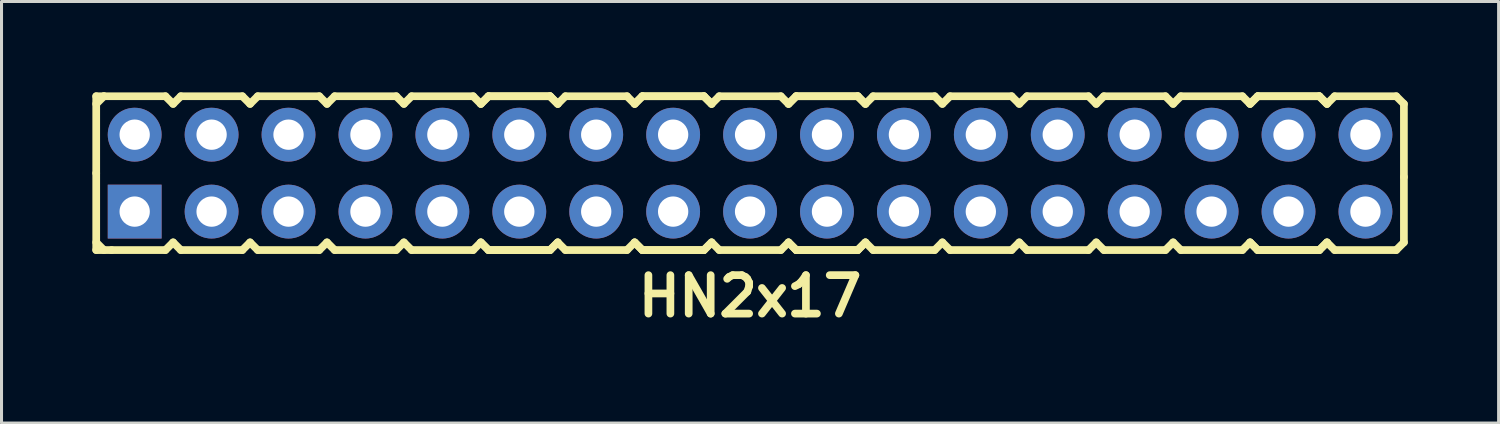
<source format=kicad_pcb>
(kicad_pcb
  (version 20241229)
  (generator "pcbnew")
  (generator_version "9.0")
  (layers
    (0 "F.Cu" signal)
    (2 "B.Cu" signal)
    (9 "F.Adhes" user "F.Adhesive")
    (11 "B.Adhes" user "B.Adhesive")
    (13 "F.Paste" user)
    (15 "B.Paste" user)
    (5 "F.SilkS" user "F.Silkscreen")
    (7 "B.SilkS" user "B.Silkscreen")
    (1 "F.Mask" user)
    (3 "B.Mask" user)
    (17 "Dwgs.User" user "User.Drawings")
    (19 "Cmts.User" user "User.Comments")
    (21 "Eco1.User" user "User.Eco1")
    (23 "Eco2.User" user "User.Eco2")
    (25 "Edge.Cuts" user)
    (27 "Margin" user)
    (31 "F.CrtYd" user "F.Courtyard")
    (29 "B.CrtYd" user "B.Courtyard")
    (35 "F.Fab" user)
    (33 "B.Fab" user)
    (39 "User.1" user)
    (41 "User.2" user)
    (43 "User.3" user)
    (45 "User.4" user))
  (footprint "HN2x17"
    (layer "F.Cu")
    (at 21.717 2.667)
    (property "Reference" "HN2x17" (at 0 4.064 0) (layer "F.SilkS") (effects (font (size 1.27 1.27) (thickness 0.254))))
    (attr smd)
    (fp_line (start -21.59 -2.54) (end -21.59 0) (stroke (width 0.254) (type solid)) (layer "F.SilkS"))
    (fp_line (start -21.59 -2.54) (end -21.336 -2.54) (stroke (width 0.254) (type solid)) (layer "F.SilkS"))
    (fp_line (start -21.59 -2.286) (end -21.336 -2.54) (stroke (width 0.254) (type solid)) (layer "F.SilkS"))
    (fp_line (start -21.59 0) (end -21.59 2.54) (stroke (width 0.254) (type solid)) (layer "F.SilkS"))
    (fp_line (start -21.336 -2.54) (end -19.304 -2.54) (stroke (width 0.254) (type solid)) (layer "F.SilkS"))
    (fp_line (start -21.336 2.54) (end -21.59 2.286) (stroke (width 0.254) (type solid)) (layer "F.SilkS"))
    (fp_line (start -21.082 2.54) (end -21.59 2.54) (stroke (width 0.254) (type solid)) (layer "F.SilkS"))
    (fp_line (start -19.304 -2.54) (end -19.05 -2.286) (stroke (width 0.254) (type solid)) (layer "F.SilkS"))
    (fp_line (start -19.304 2.54) (end -21.082 2.54) (stroke (width 0.254) (type solid)) (layer "F.SilkS"))
    (fp_line (start -19.05 -2.286) (end -18.796 -2.54) (stroke (width 0.254) (type solid)) (layer "F.SilkS"))
    (fp_line (start -19.05 2.286) (end -19.304 2.54) (stroke (width 0.254) (type solid)) (layer "F.SilkS"))
    (fp_line (start -18.796 -2.54) (end -16.764 -2.54) (stroke (width 0.254) (type solid)) (layer "F.SilkS"))
    (fp_line (start -18.796 2.54) (end -19.05 2.286) (stroke (width 0.254) (type solid)) (layer "F.SilkS"))
    (fp_line (start -16.764 -2.54) (end -16.51 -2.286) (stroke (width 0.254) (type solid)) (layer "F.SilkS"))
    (fp_line (start -16.764 2.54) (end -18.796 2.54) (stroke (width 0.254) (type solid)) (layer "F.SilkS"))
    (fp_line (start -16.764 2.54) (end -16.51 2.286) (stroke (width 0.254) (type solid)) (layer "F.SilkS"))
    (fp_line (start -16.51 -2.286) (end -16.256 -2.54) (stroke (width 0.254) (type solid)) (layer "F.SilkS"))
    (fp_line (start -16.51 2.286) (end -16.256 2.54) (stroke (width 0.254) (type solid)) (layer "F.SilkS"))
    (fp_line (start -16.256 -2.54) (end -14.224 -2.54) (stroke (width 0.254) (type solid)) (layer "F.SilkS"))
    (fp_line (start -14.224 -2.54) (end -13.97 -2.286) (stroke (width 0.254) (type solid)) (layer "F.SilkS"))
    (fp_line (start -14.224 2.54) (end -16.256 2.54) (stroke (width 0.254) (type solid)) (layer "F.SilkS"))
    (fp_line (start -13.97 -2.286) (end -13.716 -2.54) (stroke (width 0.254) (type solid)) (layer "F.SilkS"))
    (fp_line (start -13.97 2.286) (end -14.224 2.54) (stroke (width 0.254) (type solid)) (layer "F.SilkS"))
    (fp_line (start -13.716 -2.54) (end -11.684 -2.54) (stroke (width 0.254) (type solid)) (layer "F.SilkS"))
    (fp_line (start -13.716 2.54) (end -13.97 2.286) (stroke (width 0.254) (type solid)) (layer "F.SilkS"))
    (fp_line (start -11.684 -2.54) (end -11.43 -2.286) (stroke (width 0.254) (type solid)) (layer "F.SilkS"))
    (fp_line (start -11.684 2.54) (end -13.716 2.54) (stroke (width 0.254) (type solid)) (layer "F.SilkS"))
    (fp_line (start -11.43 -2.286) (end -11.176 -2.54) (stroke (width 0.254) (type solid)) (layer "F.SilkS"))
    (fp_line (start -11.43 2.286) (end -11.684 2.54) (stroke (width 0.254) (type solid)) (layer "F.SilkS"))
    (fp_line (start -11.176 -2.54) (end -9.144 -2.54) (stroke (width 0.254) (type solid)) (layer "F.SilkS"))
    (fp_line (start -11.176 2.54) (end -11.43 2.286) (stroke (width 0.254) (type solid)) (layer "F.SilkS"))
    (fp_line (start -9.144 -2.54) (end -8.89 -2.286) (stroke (width 0.254) (type solid)) (layer "F.SilkS"))
    (fp_line (start -9.144 2.54) (end -11.176 2.54) (stroke (width 0.254) (type solid)) (layer "F.SilkS"))
    (fp_line (start -8.89 -2.286) (end -8.636 -2.54) (stroke (width 0.254) (type solid)) (layer "F.SilkS"))
    (fp_line (start -8.89 -2.286) (end -8.636 -2.54) (stroke (width 0.254) (type solid)) (layer "F.SilkS"))
    (fp_line (start -8.89 2.286) (end -9.144 2.54) (stroke (width 0.254) (type solid)) (layer "F.SilkS"))
    (fp_line (start -8.636 -2.54) (end -6.604 -2.54) (stroke (width 0.254) (type solid)) (layer "F.SilkS"))
    (fp_line (start -8.636 -2.54) (end -6.604 -2.54) (stroke (width 0.254) (type solid)) (layer "F.SilkS"))
    (fp_line (start -8.636 2.54) (end -8.89 2.286) (stroke (width 0.254) (type solid)) (layer "F.SilkS"))
    (fp_line (start -8.636 2.54) (end -8.89 2.286) (stroke (width 0.254) (type solid)) (layer "F.SilkS"))
    (fp_line (start -6.604 -2.54) (end -6.35 -2.286) (stroke (width 0.254) (type solid)) (layer "F.SilkS"))
    (fp_line (start -6.604 -2.54) (end -6.35 -2.286) (stroke (width 0.254) (type solid)) (layer "F.SilkS"))
    (fp_line (start -6.604 2.54) (end -8.636 2.54) (stroke (width 0.254) (type solid)) (layer "F.SilkS"))
    (fp_line (start -6.604 2.54) (end -8.636 2.54) (stroke (width 0.254) (type solid)) (layer "F.SilkS"))
    (fp_line (start -6.35 -2.286) (end -6.096 -2.54) (stroke (width 0.254) (type solid)) (layer "F.SilkS"))
    (fp_line (start -6.35 2.286) (end -6.604 2.54) (stroke (width 0.254) (type solid)) (layer "F.SilkS"))
    (fp_line (start -6.35 2.286) (end -6.604 2.54) (stroke (width 0.254) (type solid)) (layer "F.SilkS"))
    (fp_line (start -6.096 -2.54) (end -4.064 -2.54) (stroke (width 0.254) (type solid)) (layer "F.SilkS"))
    (fp_line (start -6.096 2.54) (end -6.35 2.286) (stroke (width 0.254) (type solid)) (layer "F.SilkS"))
    (fp_line (start -4.064 -2.54) (end -3.81 -2.286) (stroke (width 0.254) (type solid)) (layer "F.SilkS"))
    (fp_line (start -4.064 2.54) (end -6.096 2.54) (stroke (width 0.254) (type solid)) (layer "F.SilkS"))
    (fp_line (start -3.81 -2.286) (end -3.556 -2.54) (stroke (width 0.254) (type solid)) (layer "F.SilkS"))
    (fp_line (start -3.81 -2.286) (end -3.556 -2.54) (stroke (width 0.254) (type solid)) (layer "F.SilkS"))
    (fp_line (start -3.81 2.286) (end -4.064 2.54) (stroke (width 0.254) (type solid)) (layer "F.SilkS"))
    (fp_line (start -3.556 -2.54) (end -1.524 -2.54) (stroke (width 0.254) (type solid)) (layer "F.SilkS"))
    (fp_line (start -3.556 -2.54) (end -1.524 -2.54) (stroke (width 0.254) (type solid)) (layer "F.SilkS"))
    (fp_line (start -3.556 2.54) (end -3.81 2.286) (stroke (width 0.254) (type solid)) (layer "F.SilkS"))
    (fp_line (start -3.556 2.54) (end -3.81 2.286) (stroke (width 0.254) (type solid)) (layer "F.SilkS"))
    (fp_line (start -1.524 -2.54) (end -1.27 -2.286) (stroke (width 0.254) (type solid)) (layer "F.SilkS"))
    (fp_line (start -1.524 -2.54) (end -1.27 -2.286) (stroke (width 0.254) (type solid)) (layer "F.SilkS"))
    (fp_line (start -1.524 2.54) (end -3.556 2.54) (stroke (width 0.254) (type solid)) (layer "F.SilkS"))
    (fp_line (start -1.524 2.54) (end -3.556 2.54) (stroke (width 0.254) (type solid)) (layer "F.SilkS"))
    (fp_line (start -1.27 -2.286) (end -1.016 -2.54) (stroke (width 0.254) (type solid)) (layer "F.SilkS"))
    (fp_line (start -1.27 2.286) (end -1.524 2.54) (stroke (width 0.254) (type solid)) (layer "F.SilkS"))
    (fp_line (start -1.27 2.286) (end -1.524 2.54) (stroke (width 0.254) (type solid)) (layer "F.SilkS"))
    (fp_line (start -1.016 -2.54) (end 1.016 -2.54) (stroke (width 0.254) (type solid)) (layer "F.SilkS"))
    (fp_line (start -1.016 2.54) (end -1.27 2.286) (stroke (width 0.254) (type solid)) (layer "F.SilkS"))
    (fp_line (start 1.016 -2.54) (end 1.27 -2.286) (stroke (width 0.254) (type solid)) (layer "F.SilkS"))
    (fp_line (start 1.016 2.54) (end -1.016 2.54) (stroke (width 0.254) (type solid)) (layer "F.SilkS"))
    (fp_line (start 1.27 -2.286) (end 1.524 -2.54) (stroke (width 0.254) (type solid)) (layer "F.SilkS"))
    (fp_line (start 1.27 -2.286) (end 1.524 -2.54) (stroke (width 0.254) (type solid)) (layer "F.SilkS"))
    (fp_line (start 1.27 2.286) (end 1.016 2.54) (stroke (width 0.254) (type solid)) (layer "F.SilkS"))
    (fp_line (start 1.524 -2.54) (end 3.556 -2.54) (stroke (width 0.254) (type solid)) (layer "F.SilkS"))
    (fp_line (start 1.524 -2.54) (end 3.556 -2.54) (stroke (width 0.254) (type solid)) (layer "F.SilkS"))
    (fp_line (start 1.524 2.54) (end 1.27 2.286) (stroke (width 0.254) (type solid)) (layer "F.SilkS"))
    (fp_line (start 1.524 2.54) (end 1.27 2.286) (stroke (width 0.254) (type solid)) (layer "F.SilkS"))
    (fp_line (start 3.556 -2.54) (end 3.81 -2.286) (stroke (width 0.254) (type solid)) (layer "F.SilkS"))
    (fp_line (start 3.556 -2.54) (end 3.81 -2.286) (stroke (width 0.254) (type solid)) (layer "F.SilkS"))
    (fp_line (start 3.556 2.54) (end 1.524 2.54) (stroke (width 0.254) (type solid)) (layer "F.SilkS"))
    (fp_line (start 3.556 2.54) (end 1.524 2.54) (stroke (width 0.254) (type solid)) (layer "F.SilkS"))
    (fp_line (start 3.81 -2.286) (end 4.064 -2.54) (stroke (width 0.254) (type solid)) (layer "F.SilkS"))
    (fp_line (start 3.81 2.286) (end 3.556 2.54) (stroke (width 0.254) (type solid)) (layer "F.SilkS"))
    (fp_line (start 3.81 2.286) (end 3.556 2.54) (stroke (width 0.254) (type solid)) (layer "F.SilkS"))
    (fp_line (start 4.064 -2.54) (end 6.096 -2.54) (stroke (width 0.254) (type solid)) (layer "F.SilkS"))
    (fp_line (start 4.064 2.54) (end 3.81 2.286) (stroke (width 0.254) (type solid)) (layer "F.SilkS"))
    (fp_line (start 6.096 -2.54) (end 6.35 -2.286) (stroke (width 0.254) (type solid)) (layer "F.SilkS"))
    (fp_line (start 6.096 2.54) (end 4.064 2.54) (stroke (width 0.254) (type solid)) (layer "F.SilkS"))
    (fp_line (start 6.35 -2.286) (end 6.604 -2.54) (stroke (width 0.254) (type solid)) (layer "F.SilkS"))
    (fp_line (start 6.35 2.286) (end 6.096 2.54) (stroke (width 0.254) (type solid)) (layer "F.SilkS"))
    (fp_line (start 6.604 -2.54) (end 8.636 -2.54) (stroke (width 0.254) (type solid)) (layer "F.SilkS"))
    (fp_line (start 6.604 2.54) (end 6.35 2.286) (stroke (width 0.254) (type solid)) (layer "F.SilkS"))
    (fp_line (start 8.636 -2.54) (end 8.89 -2.286) (stroke (width 0.254) (type solid)) (layer "F.SilkS"))
    (fp_line (start 8.636 2.54) (end 6.604 2.54) (stroke (width 0.254) (type solid)) (layer "F.SilkS"))
    (fp_line (start 8.636 2.54) (end 8.89 2.286) (stroke (width 0.254) (type solid)) (layer "F.SilkS"))
    (fp_line (start 8.89 -2.286) (end 9.144 -2.54) (stroke (width 0.254) (type solid)) (layer "F.SilkS"))
    (fp_line (start 8.89 2.286) (end 9.144 2.54) (stroke (width 0.254) (type solid)) (layer "F.SilkS"))
    (fp_line (start 9.144 -2.54) (end 11.176 -2.54) (stroke (width 0.254) (type solid)) (layer "F.SilkS"))
    (fp_line (start 11.176 -2.54) (end 11.43 -2.286) (stroke (width 0.254) (type solid)) (layer "F.SilkS"))
    (fp_line (start 11.176 2.54) (end 9.144 2.54) (stroke (width 0.254) (type solid)) (layer "F.SilkS"))
    (fp_line (start 11.43 -2.286) (end 11.684 -2.54) (stroke (width 0.254) (type solid)) (layer "F.SilkS"))
    (fp_line (start 11.43 2.286) (end 11.176 2.54) (stroke (width 0.254) (type solid)) (layer "F.SilkS"))
    (fp_line (start 11.684 -2.54) (end 13.716 -2.54) (stroke (width 0.254) (type solid)) (layer "F.SilkS"))
    (fp_line (start 11.684 2.54) (end 11.43 2.286) (stroke (width 0.254) (type solid)) (layer "F.SilkS"))
    (fp_line (start 13.716 -2.54) (end 13.97 -2.286) (stroke (width 0.254) (type solid)) (layer "F.SilkS"))
    (fp_line (start 13.716 2.54) (end 11.684 2.54) (stroke (width 0.254) (type solid)) (layer "F.SilkS"))
    (fp_line (start 13.97 -2.286) (end 14.224 -2.54) (stroke (width 0.254) (type solid)) (layer "F.SilkS"))
    (fp_line (start 13.97 2.286) (end 13.716 2.54) (stroke (width 0.254) (type solid)) (layer "F.SilkS"))
    (fp_line (start 14.224 -2.54) (end 16.256 -2.54) (stroke (width 0.254) (type solid)) (layer "F.SilkS"))
    (fp_line (start 14.224 2.54) (end 13.97 2.286) (stroke (width 0.254) (type solid)) (layer "F.SilkS"))
    (fp_line (start 16.256 -2.54) (end 16.51 -2.286) (stroke (width 0.254) (type solid)) (layer "F.SilkS"))
    (fp_line (start 16.256 2.54) (end 14.224 2.54) (stroke (width 0.254) (type solid)) (layer "F.SilkS"))
    (fp_line (start 16.51 -2.286) (end 16.764 -2.54) (stroke (width 0.254) (type solid)) (layer "F.SilkS"))
    (fp_line (start 16.51 -2.286) (end 16.764 -2.54) (stroke (width 0.254) (type solid)) (layer "F.SilkS"))
    (fp_line (start 16.51 2.286) (end 16.256 2.54) (stroke (width 0.254) (type solid)) (layer "F.SilkS"))
    (fp_line (start 16.764 -2.54) (end 18.796 -2.54) (stroke (width 0.254) (type solid)) (layer "F.SilkS"))
    (fp_line (start 16.764 -2.54) (end 18.796 -2.54) (stroke (width 0.254) (type solid)) (layer "F.SilkS"))
    (fp_line (start 16.764 2.54) (end 16.51 2.286) (stroke (width 0.254) (type solid)) (layer "F.SilkS"))
    (fp_line (start 16.764 2.54) (end 16.51 2.286) (stroke (width 0.254) (type solid)) (layer "F.SilkS"))
    (fp_line (start 18.796 -2.54) (end 19.05 -2.286) (stroke (width 0.254) (type solid)) (layer "F.SilkS"))
    (fp_line (start 18.796 -2.54) (end 19.05 -2.286) (stroke (width 0.254) (type solid)) (layer "F.SilkS"))
    (fp_line (start 18.796 2.54) (end 16.764 2.54) (stroke (width 0.254) (type solid)) (layer "F.SilkS"))
    (fp_line (start 18.796 2.54) (end 16.764 2.54) (stroke (width 0.254) (type solid)) (layer "F.SilkS"))
    (fp_line (start 19.05 -2.286) (end 19.304 -2.54) (stroke (width 0.254) (type solid)) (layer "F.SilkS"))
    (fp_line (start 19.05 2.286) (end 18.796 2.54) (stroke (width 0.254) (type solid)) (layer "F.SilkS"))
    (fp_line (start 19.05 2.286) (end 18.796 2.54) (stroke (width 0.254) (type solid)) (layer "F.SilkS"))
    (fp_line (start 19.304 -2.54) (end 21.336 -2.54) (stroke (width 0.254) (type solid)) (layer "F.SilkS"))
    (fp_line (start 19.304 2.54) (end 19.05 2.286) (stroke (width 0.254) (type solid)) (layer "F.SilkS"))
    (fp_line (start 21.336 -2.54) (end 21.59 -2.286) (stroke (width 0.254) (type solid)) (layer "F.SilkS"))
    (fp_line (start 21.336 2.54) (end 19.304 2.54) (stroke (width 0.254) (type solid)) (layer "F.SilkS"))
    (fp_line (start 21.59 -2.286) (end 21.59 0.127) (stroke (width 0.254) (type solid)) (layer "F.SilkS"))
    (fp_line (start 21.59 0.127) (end 21.59 2.286) (stroke (width 0.254) (type solid)) (layer "F.SilkS"))
    (fp_line (start 21.59 2.286) (end 21.336 2.54) (stroke (width 0.254) (type solid)) (layer "F.SilkS"))
    (pad "1" thru_hole rect (at -20.32 1.27) (size 1.778 1.778) (drill 1) (layers "*.Cu" "*.Mask"))
    (pad "2" thru_hole circle (at -20.32 -1.27) (size 1.778 1.778) (drill 1) (layers "*.Cu" "*.Mask"))
    (pad "3" thru_hole circle (at -17.78 1.27) (size 1.778 1.778) (drill 1) (layers "*.Cu" "*.Mask"))
    (pad "4" thru_hole circle (at -17.78 -1.27) (size 1.778 1.778) (drill 1) (layers "*.Cu" "*.Mask"))
    (pad "5" thru_hole circle (at -15.24 1.27) (size 1.778 1.778) (drill 1) (layers "*.Cu" "*.Mask"))
    (pad "6" thru_hole circle (at -15.24 -1.27) (size 1.778 1.778) (drill 1) (layers "*.Cu" "*.Mask"))
    (pad "7" thru_hole circle (at -12.7 1.27) (size 1.778 1.778) (drill 1) (layers "*.Cu" "*.Mask"))
    (pad "8" thru_hole circle (at -12.7 -1.27) (size 1.778 1.778) (drill 1) (layers "*.Cu" "*.Mask"))
    (pad "9" thru_hole circle (at -10.16 1.27) (size 1.778 1.778) (drill 1) (layers "*.Cu" "*.Mask"))
    (pad "10" thru_hole circle (at -10.16 -1.27) (size 1.778 1.778) (drill 1) (layers "*.Cu" "*.Mask"))
    (pad "11" thru_hole circle (at -7.62 1.27) (size 1.778 1.778) (drill 1) (layers "*.Cu" "*.Mask"))
    (pad "12" thru_hole circle (at -7.62 -1.27) (size 1.778 1.778) (drill 1) (layers "*.Cu" "*.Mask"))
    (pad "13" thru_hole circle (at -5.08 1.27) (size 1.778 1.778) (drill 1) (layers "*.Cu" "*.Mask"))
    (pad "14" thru_hole circle (at -5.08 -1.27) (size 1.778 1.778) (drill 1) (layers "*.Cu" "*.Mask"))
    (pad "15" thru_hole circle (at -2.54 1.27) (size 1.778 1.778) (drill 1) (layers "*.Cu" "*.Mask"))
    (pad "16" thru_hole circle (at -2.54 -1.27) (size 1.778 1.778) (drill 1) (layers "*.Cu" "*.Mask"))
    (pad "17" thru_hole circle (at 0 1.27) (size 1.778 1.778) (drill 1) (layers "*.Cu" "*.Mask"))
    (pad "18" thru_hole circle (at 0 -1.27) (size 1.778 1.778) (drill 1) (layers "*.Cu" "*.Mask"))
    (pad "19" thru_hole circle (at 2.54 1.27) (size 1.778 1.778) (drill 1) (layers "*.Cu" "*.Mask"))
    (pad "20" thru_hole circle (at 2.54 -1.27) (size 1.778 1.778) (drill 1) (layers "*.Cu" "*.Mask"))
    (pad "21" thru_hole circle (at 5.08 1.27) (size 1.778 1.778) (drill 1) (layers "*.Cu" "*.Mask"))
    (pad "22" thru_hole circle (at 5.08 -1.27) (size 1.778 1.778) (drill 1) (layers "*.Cu" "*.Mask"))
    (pad "23" thru_hole circle (at 7.62 1.27) (size 1.778 1.778) (drill 1) (layers "*.Cu" "*.Mask"))
    (pad "24" thru_hole circle (at 7.62 -1.27) (size 1.778 1.778) (drill 1) (layers "*.Cu" "*.Mask"))
    (pad "25" thru_hole circle (at 10.16 1.27) (size 1.778 1.778) (drill 1) (layers "*.Cu" "*.Mask"))
    (pad "26" thru_hole circle (at 10.16 -1.27) (size 1.778 1.778) (drill 1) (layers "*.Cu" "*.Mask"))
    (pad "27" thru_hole circle (at 12.7 1.27) (size 1.778 1.778) (drill 1) (layers "*.Cu" "*.Mask"))
    (pad "28" thru_hole circle (at 12.7 -1.27) (size 1.778 1.778) (drill 1) (layers "*.Cu" "*.Mask"))
    (pad "29" thru_hole circle (at 15.24 1.27) (size 1.778 1.778) (drill 1) (layers "*.Cu" "*.Mask"))
    (pad "30" thru_hole circle (at 15.24 -1.27) (size 1.778 1.778) (drill 1) (layers "*.Cu" "*.Mask"))
    (pad "31" thru_hole circle (at 17.78 1.27) (size 1.778 1.778) (drill 1) (layers "*.Cu" "*.Mask"))
    (pad "32" thru_hole circle (at 17.78 -1.27) (size 1.778 1.778) (drill 1) (layers "*.Cu" "*.Mask"))
    (pad "33" thru_hole circle (at 20.32 1.27) (size 1.778 1.778) (drill 1) (layers "*.Cu" "*.Mask"))
    (pad "34" thru_hole circle (at 20.32 -1.27) (size 1.778 1.778) (drill 1) (layers "*.Cu" "*.Mask")))
  (gr_rect
    (start -3 -3)
    (end 46.434 10.92)
    (stroke (width 0.1) (type default))
    (fill no)
    (layer "Edge.Cuts")))
</source>
